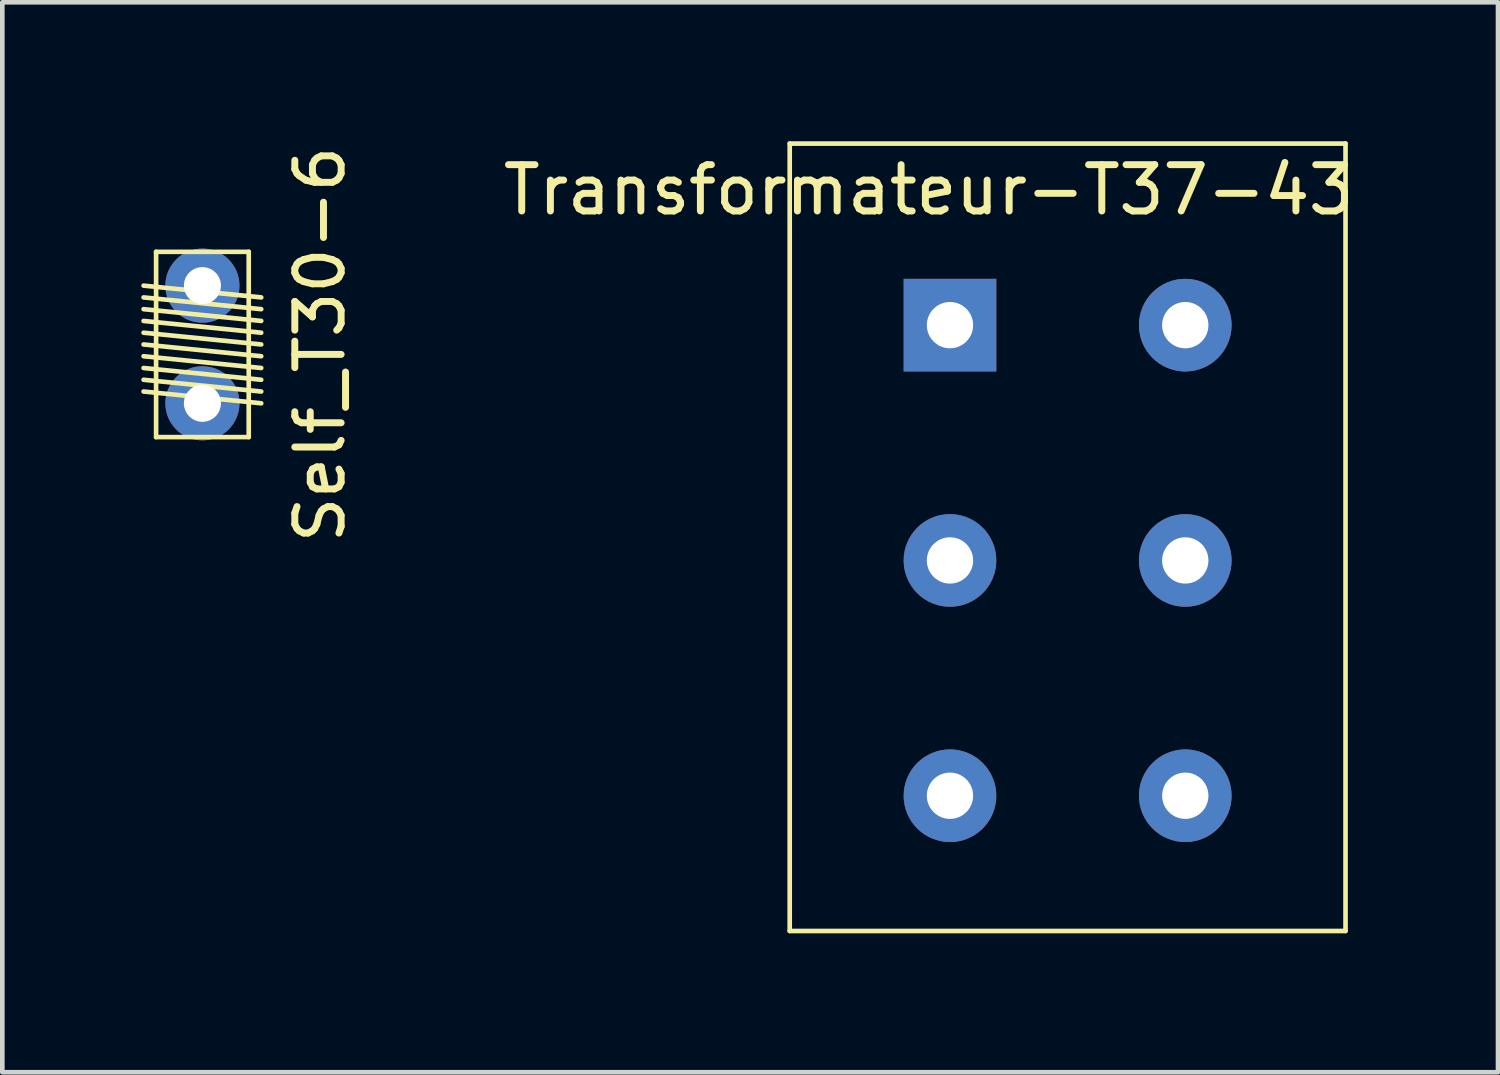
<source format=kicad_pcb>
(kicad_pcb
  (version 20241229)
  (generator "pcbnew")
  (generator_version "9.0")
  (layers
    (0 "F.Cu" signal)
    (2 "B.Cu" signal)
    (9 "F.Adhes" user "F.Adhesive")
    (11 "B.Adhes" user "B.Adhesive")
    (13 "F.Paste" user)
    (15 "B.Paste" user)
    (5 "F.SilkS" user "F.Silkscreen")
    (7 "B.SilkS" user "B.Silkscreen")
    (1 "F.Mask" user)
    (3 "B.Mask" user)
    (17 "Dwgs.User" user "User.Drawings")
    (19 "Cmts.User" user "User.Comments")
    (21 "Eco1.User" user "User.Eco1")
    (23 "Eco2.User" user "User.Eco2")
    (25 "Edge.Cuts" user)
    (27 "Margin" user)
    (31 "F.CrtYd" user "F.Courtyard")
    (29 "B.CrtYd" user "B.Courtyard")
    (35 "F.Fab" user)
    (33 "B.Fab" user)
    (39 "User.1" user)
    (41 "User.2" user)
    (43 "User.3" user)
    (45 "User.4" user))
  (footprint "Transformateur-T37-43"
    (layer "F.Cu")
    (at 20 9.05)
    (property "Reference" "Transformateur-T37-43" (at -3 -8 0) (layer "F.SilkS") (effects (font (size 1 1) (thickness 0.15))))
    (attr through_hole)
    (fp_line (start -6 -9) (end 6 -9) (stroke (width 0.1) (type solid)) (layer "F.SilkS"))
    (fp_line (start -6 8) (end -6 -9) (stroke (width 0.1) (type solid)) (layer "F.SilkS"))
    (fp_line (start 6 -9) (end 6 8) (stroke (width 0.1) (type solid)) (layer "F.SilkS"))
    (fp_line (start 6 8) (end -6 8) (stroke (width 0.1) (type solid)) (layer "F.SilkS"))
    (pad "1" thru_hole rect (at -2.54 -5.08) (size 2 2) (drill 1) (layers "*.Cu" "*.Mask"))
    (pad "2" thru_hole circle (at 2.54 -5.08) (size 2 2) (drill 1) (layers "*.Cu" "*.Mask"))
    (pad "3" thru_hole circle (at -2.54 0) (size 2 2) (drill 1) (layers "*.Cu" "*.Mask"))
    (pad "4" thru_hole circle (at 2.54 5.08) (size 2 2) (drill 1) (layers "*.Cu" "*.Mask"))
    (pad "5" thru_hole circle (at 2.54 0) (size 2 2) (drill 1) (layers "*.Cu" "*.Mask"))
    (pad "6" thru_hole circle (at -2.54 5.08) (size 2 2) (drill 1) (layers "*.Cu" "*.Mask")))
  (footprint "Self_T30-6"
    (layer "F.Cu")
    (at 1.32 4.387)
    (property "Reference" "Self_T30-6" (at 2.54 0 90) (layer "F.SilkS") (effects (font (size 1 1) (thickness 0.15))))
    (attr through_hole)
    (fp_line (start -1.27 -1.27) (end 1.27 -1.016) (stroke (width 0.1) (type solid)) (layer "F.SilkS"))
    (fp_line (start -1.27 -1.016) (end 1.27 -0.762) (stroke (width 0.1) (type solid)) (layer "F.SilkS"))
    (fp_line (start -1.27 -0.762) (end 1.27 -0.508) (stroke (width 0.1) (type solid)) (layer "F.SilkS"))
    (fp_line (start -1.27 -0.508) (end 1.27 -0.254) (stroke (width 0.1) (type solid)) (layer "F.SilkS"))
    (fp_line (start -1.27 -0.254) (end 1.27 0) (stroke (width 0.1) (type solid)) (layer "F.SilkS"))
    (fp_line (start -1.27 0) (end 1.27 0.254) (stroke (width 0.1) (type solid)) (layer "F.SilkS"))
    (fp_line (start -1.27 0.254) (end 1.27 0.508) (stroke (width 0.1) (type solid)) (layer "F.SilkS"))
    (fp_line (start -1.27 0.508) (end 1.27 0.762) (stroke (width 0.1) (type solid)) (layer "F.SilkS"))
    (fp_line (start -1.27 0.762) (end 1.27 1.016) (stroke (width 0.1) (type solid)) (layer "F.SilkS"))
    (fp_line (start -1.27 1.016) (end 1.27 1.27) (stroke (width 0.1) (type solid)) (layer "F.SilkS"))
    (fp_line (start -1 -2) (end 1 -2) (stroke (width 0.1) (type solid)) (layer "F.SilkS"))
    (fp_line (start -1 2) (end -1 -2) (stroke (width 0.1) (type solid)) (layer "F.SilkS"))
    (fp_line (start 1 -2) (end 1 2) (stroke (width 0.1) (type solid)) (layer "F.SilkS"))
    (fp_line (start 1 2) (end -1 2) (stroke (width 0.1) (type solid)) (layer "F.SilkS"))
    (pad "1" thru_hole circle (at 0 -1.27) (size 1.6 1.6) (drill 0.8) (layers "*.Cu" "*.Mask"))
    (pad "2" thru_hole circle (at 0 1.27) (size 1.6 1.6) (drill 0.8) (layers "*.Cu" "*.Mask")))
  (gr_rect
    (start -3 -3)
    (end 29.292 20.1)
    (stroke (width 0.1) (type default))
    (fill no)
    (layer "Edge.Cuts")))
</source>
